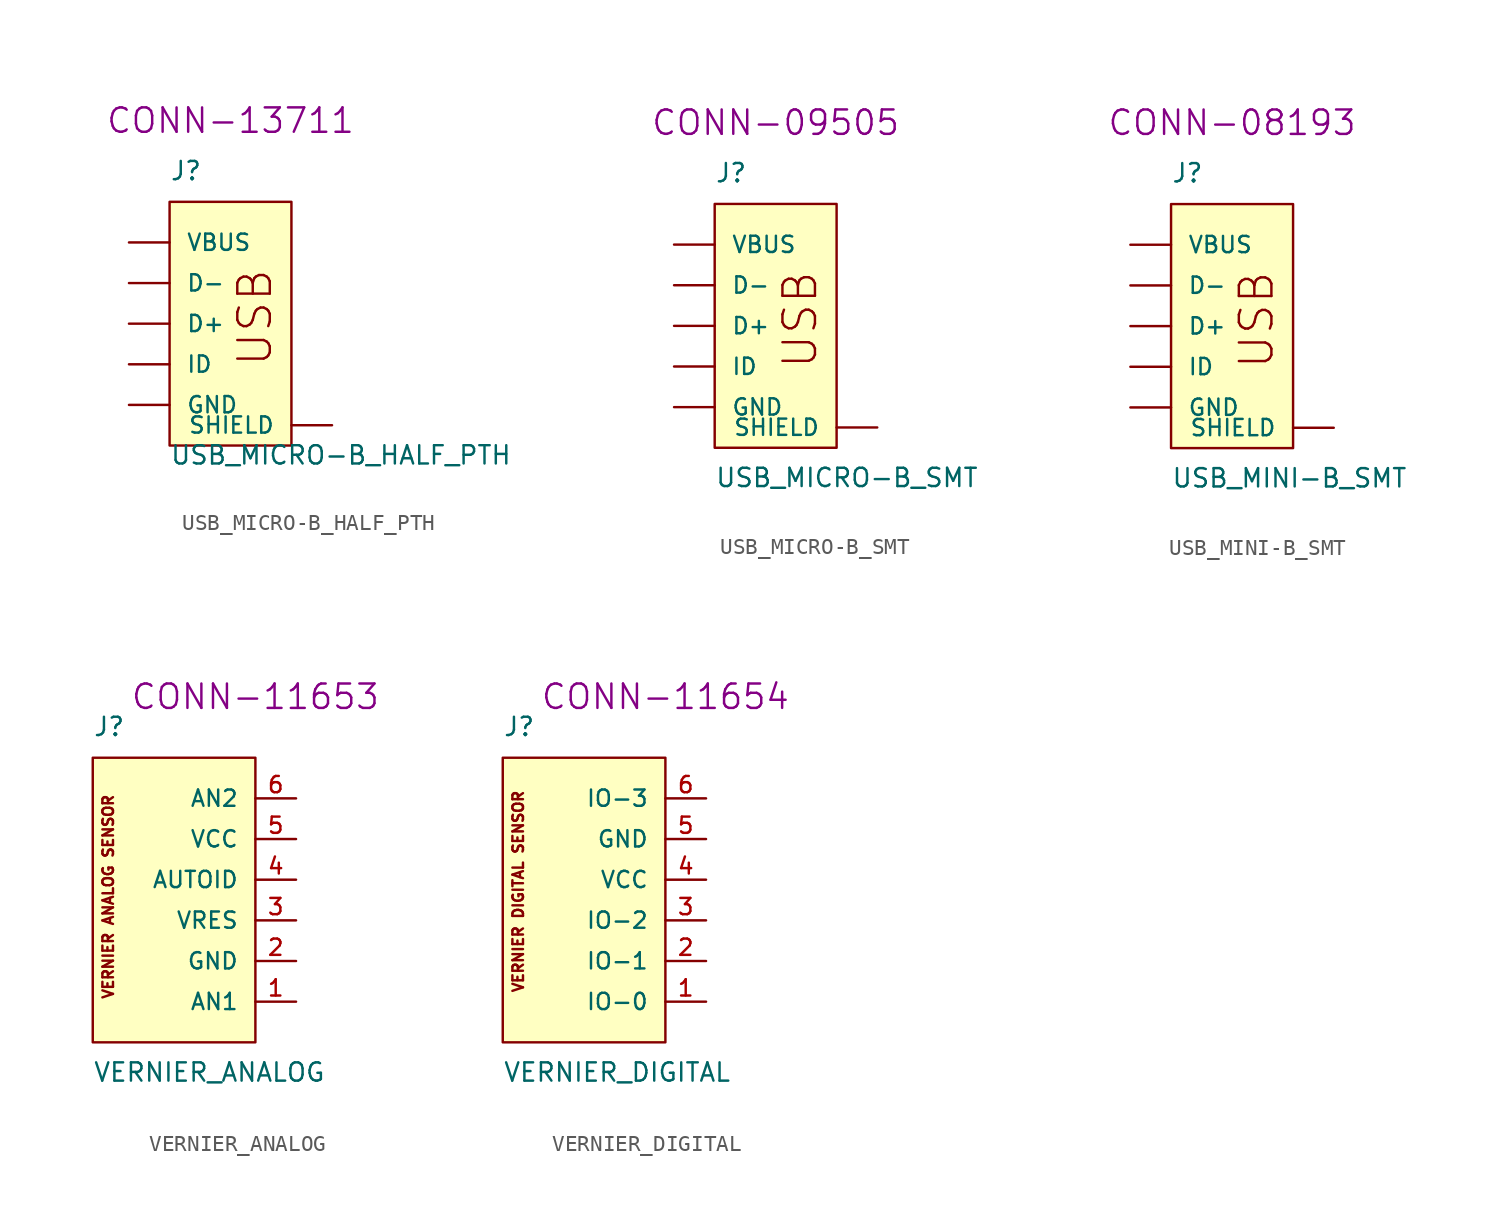
<source format=kicad_sym>
(kicad_symbol_lib
  (version 20201005)
  (generator kicad_symbol_editor)
  (symbol "USB_MICRO-B_HALF_PTH"
    (pin_numbers hide)
    (pin_names
      (offset 1.016))
    (property "Reference" "J"
      (at -3.81 8.89 0)
      (effects (font (size 1.143 1.143)) (justify left bottom)))
    (property "Value" "USB_MICRO-B_HALF_PTH"
      (at -3.81 -8.89 0)
      (effects (font (size 1.143 1.143)) (justify left bottom)))
    (property "Field4" "CONN-13711"
      (at 0 12.7 0)
      (effects (font (size 1.524 1.524))))
    (property "ki_locked" ""
      (at 0 0 0)
      (effects (font (size 1.27 1.27))))
    (symbol "USB_MICRO-B_HALF_PTH_1_0"
      (text "USB" (at 1.524 0.381 900) (effects (font (size 2.032 2.032))))
      (rectangle (start -3.81 7.62) (end 3.81 -7.62) (stroke (width 0)) (fill (type background))))
    (symbol "USB_MICRO-B_HALF_PTH_1_1"
      (pin bidirectional line (at -6.35 0 0) (length 2.54) (name "D+" (effects (font (size 1.016 1.016)))) (number "D+" (effects (font (size 1.016 1.016)))))
      (pin bidirectional line (at -6.35 2.54 0) (length 2.54) (name "D-" (effects (font (size 1.016 1.016)))) (number "D-" (effects (font (size 1.016 1.016)))))
      (pin bidirectional line (at -6.35 -2.54 0) (length 2.54) (name "ID" (effects (font (size 1.016 1.016)))) (number "ID" (effects (font (size 1.016 1.016)))))
      (pin bidirectional line (at 6.35 -6.35 180) (length 2.54) (name "SHIELD" (effects (font (size 1.016 1.016)))) (number "P$1" (effects (font (size 1.016 1.016)))))
      (pin bidirectional line (at 6.35 -6.35 180) (length 2.54) hide (name "SHIELD" (effects (font (size 1.016 1.016)))) (number "P$2" (effects (font (size 1.016 1.016)))))
      (pin bidirectional line (at 6.35 -6.35 180) (length 2.54) hide (name "SHIELD" (effects (font (size 1.016 1.016)))) (number "P$3" (effects (font (size 1.016 1.016)))))
      (pin bidirectional line (at 6.35 -6.35 180) (length 2.54) hide (name "SHIELD" (effects (font (size 1.016 1.016)))) (number "P$4" (effects (font (size 1.016 1.016)))))
      (pin bidirectional line (at 6.35 -6.35 180) (length 2.54) hide (name "SHIELD" (effects (font (size 1.016 1.016)))) (number "P$6" (effects (font (size 1.016 1.016)))))
      (pin bidirectional line (at 6.35 -6.35 180) (length 2.54) hide (name "SHIELD" (effects (font (size 1.016 1.016)))) (number "P$8" (effects (font (size 1.016 1.016)))))
      (pin power_in line (at -6.35 -5.08 0) (length 2.54) (name "GND" (effects (font (size 1.016 1.016)))) (number "GND" (effects (font (size 1.016 1.016)))))
      (pin bidirectional line (at 6.35 -6.35 180) (length 2.54) hide (name "SHIELD" (effects (font (size 1.016 1.016)))) (number "P$10" (effects (font (size 1.016 1.016)))))
      (pin bidirectional line (at 6.35 -6.35 180) (length 2.54) hide (name "SHIELD" (effects (font (size 1.016 1.016)))) (number "P$12" (effects (font (size 1.016 1.016)))))
      (pin bidirectional line (at 6.35 -6.35 180) (length 2.54) hide (name "SHIELD" (effects (font (size 1.016 1.016)))) (number "SHIE" (effects (font (size 1.016 1.016)))))
      (pin bidirectional line (at 6.35 -6.35 180) (length 2.54) hide (name "SHIELD" (effects (font (size 1.016 1.016)))) (number "SHIE" (effects (font (size 1.016 1.016)))))
      (pin bidirectional line (at 6.35 -6.35 180) (length 2.54) hide (name "SHIELD" (effects (font (size 1.016 1.016)))) (number "SHIE" (effects (font (size 1.016 1.016)))))
      (pin bidirectional line (at 6.35 -6.35 180) (length 2.54) hide (name "SHIELD" (effects (font (size 1.016 1.016)))) (number "SHEI" (effects (font (size 1.016 1.016)))))
      (pin power_in line (at -6.35 5.08 0) (length 2.54) (name "VBUS" (effects (font (size 1.016 1.016)))) (number "VBUS" (effects (font (size 1.016 1.016)))))))
  (symbol "USB_MICRO-B_SMT"
    (pin_numbers hide)
    (pin_names
      (offset 1.016))
    (property "Reference" "J"
      (at -3.81 8.89 0)
      (effects (font (size 1.143 1.143)) (justify left bottom)))
    (property "Value" "USB_MICRO-B_SMT"
      (at -3.81 -10.16 0)
      (effects (font (size 1.143 1.143)) (justify left bottom)))
    (property "Field4" "CONN-09505"
      (at 0 12.7 0)
      (effects (font (size 1.524 1.524))))
    (property "ki_locked" ""
      (at 0 0 0)
      (effects (font (size 1.27 1.27))))
    (symbol "USB_MICRO-B_SMT_1_0"
      (text "USB" (at 1.524 0.381 900) (effects (font (size 2.032 2.032))))
      (rectangle (start -3.81 7.62) (end 3.81 -7.62) (stroke (width 0)) (fill (type background))))
    (symbol "USB_MICRO-B_SMT_1_1"
      (pin bidirectional line (at -6.35 0 0) (length 2.54) (name "D+" (effects (font (size 1.016 1.016)))) (number "D+" (effects (font (size 1.016 1.016)))))
      (pin bidirectional line (at -6.35 2.54 0) (length 2.54) (name "D-" (effects (font (size 1.016 1.016)))) (number "D-" (effects (font (size 1.016 1.016)))))
      (pin bidirectional line (at -6.35 -2.54 0) (length 2.54) (name "ID" (effects (font (size 1.016 1.016)))) (number "ID" (effects (font (size 1.016 1.016)))))
      (pin bidirectional line (at 6.35 -6.35 180) (length 2.54) hide (name "SHIELD" (effects (font (size 1.016 1.016)))) (number "P$1" (effects (font (size 1.016 1.016)))))
      (pin bidirectional line (at 6.35 -6.35 180) (length 2.54) (name "SHIELD" (effects (font (size 1.016 1.016)))) (number "MT1" (effects (font (size 1.016 1.016)))))
      (pin bidirectional line (at 6.35 -6.35 180) (length 2.54) hide (name "SHIELD" (effects (font (size 1.016 1.016)))) (number "P$2" (effects (font (size 1.016 1.016)))))
      (pin bidirectional line (at 6.35 -6.35 180) (length 2.54) hide (name "SHIELD" (effects (font (size 1.016 1.016)))) (number "MT2" (effects (font (size 1.016 1.016)))))
      (pin power_in line (at -6.35 -5.08 0) (length 2.54) (name "GND" (effects (font (size 1.016 1.016)))) (number "GND" (effects (font (size 1.016 1.016)))))
      (pin power_in line (at -6.35 5.08 0) (length 2.54) (name "VBUS" (effects (font (size 1.016 1.016)))) (number "VBUS" (effects (font (size 1.016 1.016)))))))
  (symbol "USB_MINI-B_SMT"
    (pin_numbers hide)
    (pin_names
      (offset 1.016))
    (property "Reference" "J"
      (at -3.81 8.89 0)
      (effects (font (size 1.143 1.143)) (justify left bottom)))
    (property "Value" "USB_MINI-B_SMT"
      (at -3.81 -10.16 0)
      (effects (font (size 1.143 1.143)) (justify left bottom)))
    (property "Field4" "CONN-08193"
      (at 0 12.7 0)
      (effects (font (size 1.524 1.524))))
    (property "ki_locked" ""
      (at 0 0 0)
      (effects (font (size 1.27 1.27))))
    (symbol "USB_MINI-B_SMT_1_0"
      (text "USB" (at 1.524 0.381 900) (effects (font (size 2.032 2.032))))
      (rectangle (start -3.81 7.62) (end 3.81 -7.62) (stroke (width 0)) (fill (type background))))
    (symbol "USB_MINI-B_SMT_1_1"
      (pin bidirectional line (at -6.35 0 0) (length 2.54) (name "D+" (effects (font (size 1.016 1.016)))) (number "D+" (effects (font (size 1.016 1.016)))))
      (pin bidirectional line (at -6.35 2.54 0) (length 2.54) (name "D-" (effects (font (size 1.016 1.016)))) (number "D-" (effects (font (size 1.016 1.016)))))
      (pin bidirectional line (at 6.35 -6.35 180) (length 2.54) (name "SHIELD" (effects (font (size 1.016 1.016)))) (number "S1" (effects (font (size 1.016 1.016)))))
      (pin bidirectional line (at 6.35 -6.35 180) (length 2.54) hide (name "SHIELD" (effects (font (size 1.016 1.016)))) (number "S2" (effects (font (size 1.016 1.016)))))
      (pin bidirectional line (at 6.35 -6.35 180) (length 2.54) hide (name "SHIELD" (effects (font (size 1.016 1.016)))) (number "S3" (effects (font (size 1.016 1.016)))))
      (pin bidirectional line (at 6.35 -6.35 180) (length 2.54) hide (name "SHIELD" (effects (font (size 1.016 1.016)))) (number "S4" (effects (font (size 1.016 1.016)))))
      (pin bidirectional line (at -6.35 -2.54 0) (length 2.54) (name "ID" (effects (font (size 1.016 1.016)))) (number "ID" (effects (font (size 1.016 1.016)))))
      (pin power_in line (at -6.35 -5.08 0) (length 2.54) (name "GND" (effects (font (size 1.016 1.016)))) (number "GND" (effects (font (size 1.016 1.016)))))
      (pin power_in line (at -6.35 5.08 0) (length 2.54) (name "VBUS" (effects (font (size 1.016 1.016)))) (number "VBUS" (effects (font (size 1.016 1.016)))))))
  (symbol "VERNIER_ANALOG"
    (pin_names
      (offset 1.016))
    (property "Reference" "J"
      (at -10.16 16.51 0)
      (effects (font (size 1.143 1.143)) (justify left bottom)))
    (property "Value" "VERNIER_ANALOG"
      (at -10.16 -5.08 0)
      (effects (font (size 1.143 1.143)) (justify left bottom)))
    (property "Field4" "CONN-11653"
      (at 0 19.05 0)
      (effects (font (size 1.524 1.524))))
    (property "ki_locked" ""
      (at 0 0 0)
      (effects (font (size 1.27 1.27))))
    (symbol "VERNIER_ANALOG_1_0"
      (text "VERNIER ANALOG SENSOR" (at -9.195 6.553 900) (effects (font (size 0.66 0.66))))
      (rectangle (start 0 -2.54) (end -10.16 15.24) (stroke (width 0)) (fill (type background))))
    (symbol "VERNIER_ANALOG_1_1"
      (pin passive line (at 2.54 0 180) (length 2.54) (name "AN1" (effects (font (size 1.016 1.016)))) (number "1" (effects (font (size 1.016 1.016)))))
      (pin passive line (at 2.54 2.54 180) (length 2.54) (name "GND" (effects (font (size 1.016 1.016)))) (number "2" (effects (font (size 1.016 1.016)))))
      (pin passive line (at 2.54 5.08 180) (length 2.54) (name "VRES" (effects (font (size 1.016 1.016)))) (number "3" (effects (font (size 1.016 1.016)))))
      (pin passive line (at 2.54 7.62 180) (length 2.54) (name "AUTOID" (effects (font (size 1.016 1.016)))) (number "4" (effects (font (size 1.016 1.016)))))
      (pin passive line (at 2.54 10.16 180) (length 2.54) (name "VCC" (effects (font (size 1.016 1.016)))) (number "5" (effects (font (size 1.016 1.016)))))
      (pin passive line (at 2.54 12.7 180) (length 2.54) (name "AN2" (effects (font (size 1.016 1.016)))) (number "6" (effects (font (size 1.016 1.016)))))))
  (symbol "VERNIER_DIGITAL"
    (pin_names
      (offset 1.016))
    (property "Reference" "J"
      (at -10.16 16.51 0)
      (effects (font (size 1.143 1.143)) (justify left bottom)))
    (property "Value" "VERNIER_DIGITAL"
      (at -10.16 -5.08 0)
      (effects (font (size 1.143 1.143)) (justify left bottom)))
    (property "Field4" "CONN-11654"
      (at 0 19.05 0)
      (effects (font (size 1.524 1.524))))
    (property "ki_locked" ""
      (at 0 0 0)
      (effects (font (size 1.27 1.27))))
    (symbol "VERNIER_DIGITAL_1_0"
      (text "VERNIER DIGITAL SENSOR" (at -9.195 6.883 900) (effects (font (size 0.66 0.66))))
      (rectangle (start 0 -2.54) (end -10.16 15.24) (stroke (width 0)) (fill (type background))))
    (symbol "VERNIER_DIGITAL_1_1"
      (pin passive line (at 2.54 0 180) (length 2.54) (name "IO-0" (effects (font (size 1.016 1.016)))) (number "1" (effects (font (size 1.016 1.016)))))
      (pin passive line (at 2.54 2.54 180) (length 2.54) (name "IO-1" (effects (font (size 1.016 1.016)))) (number "2" (effects (font (size 1.016 1.016)))))
      (pin passive line (at 2.54 5.08 180) (length 2.54) (name "IO-2" (effects (font (size 1.016 1.016)))) (number "3" (effects (font (size 1.016 1.016)))))
      (pin passive line (at 2.54 7.62 180) (length 2.54) (name "VCC" (effects (font (size 1.016 1.016)))) (number "4" (effects (font (size 1.016 1.016)))))
      (pin passive line (at 2.54 10.16 180) (length 2.54) (name "GND" (effects (font (size 1.016 1.016)))) (number "5" (effects (font (size 1.016 1.016)))))
      (pin passive line (at 2.54 12.7 180) (length 2.54) (name "IO-3" (effects (font (size 1.016 1.016)))) (number "6" (effects (font (size 1.016 1.016))))))))
</source>
